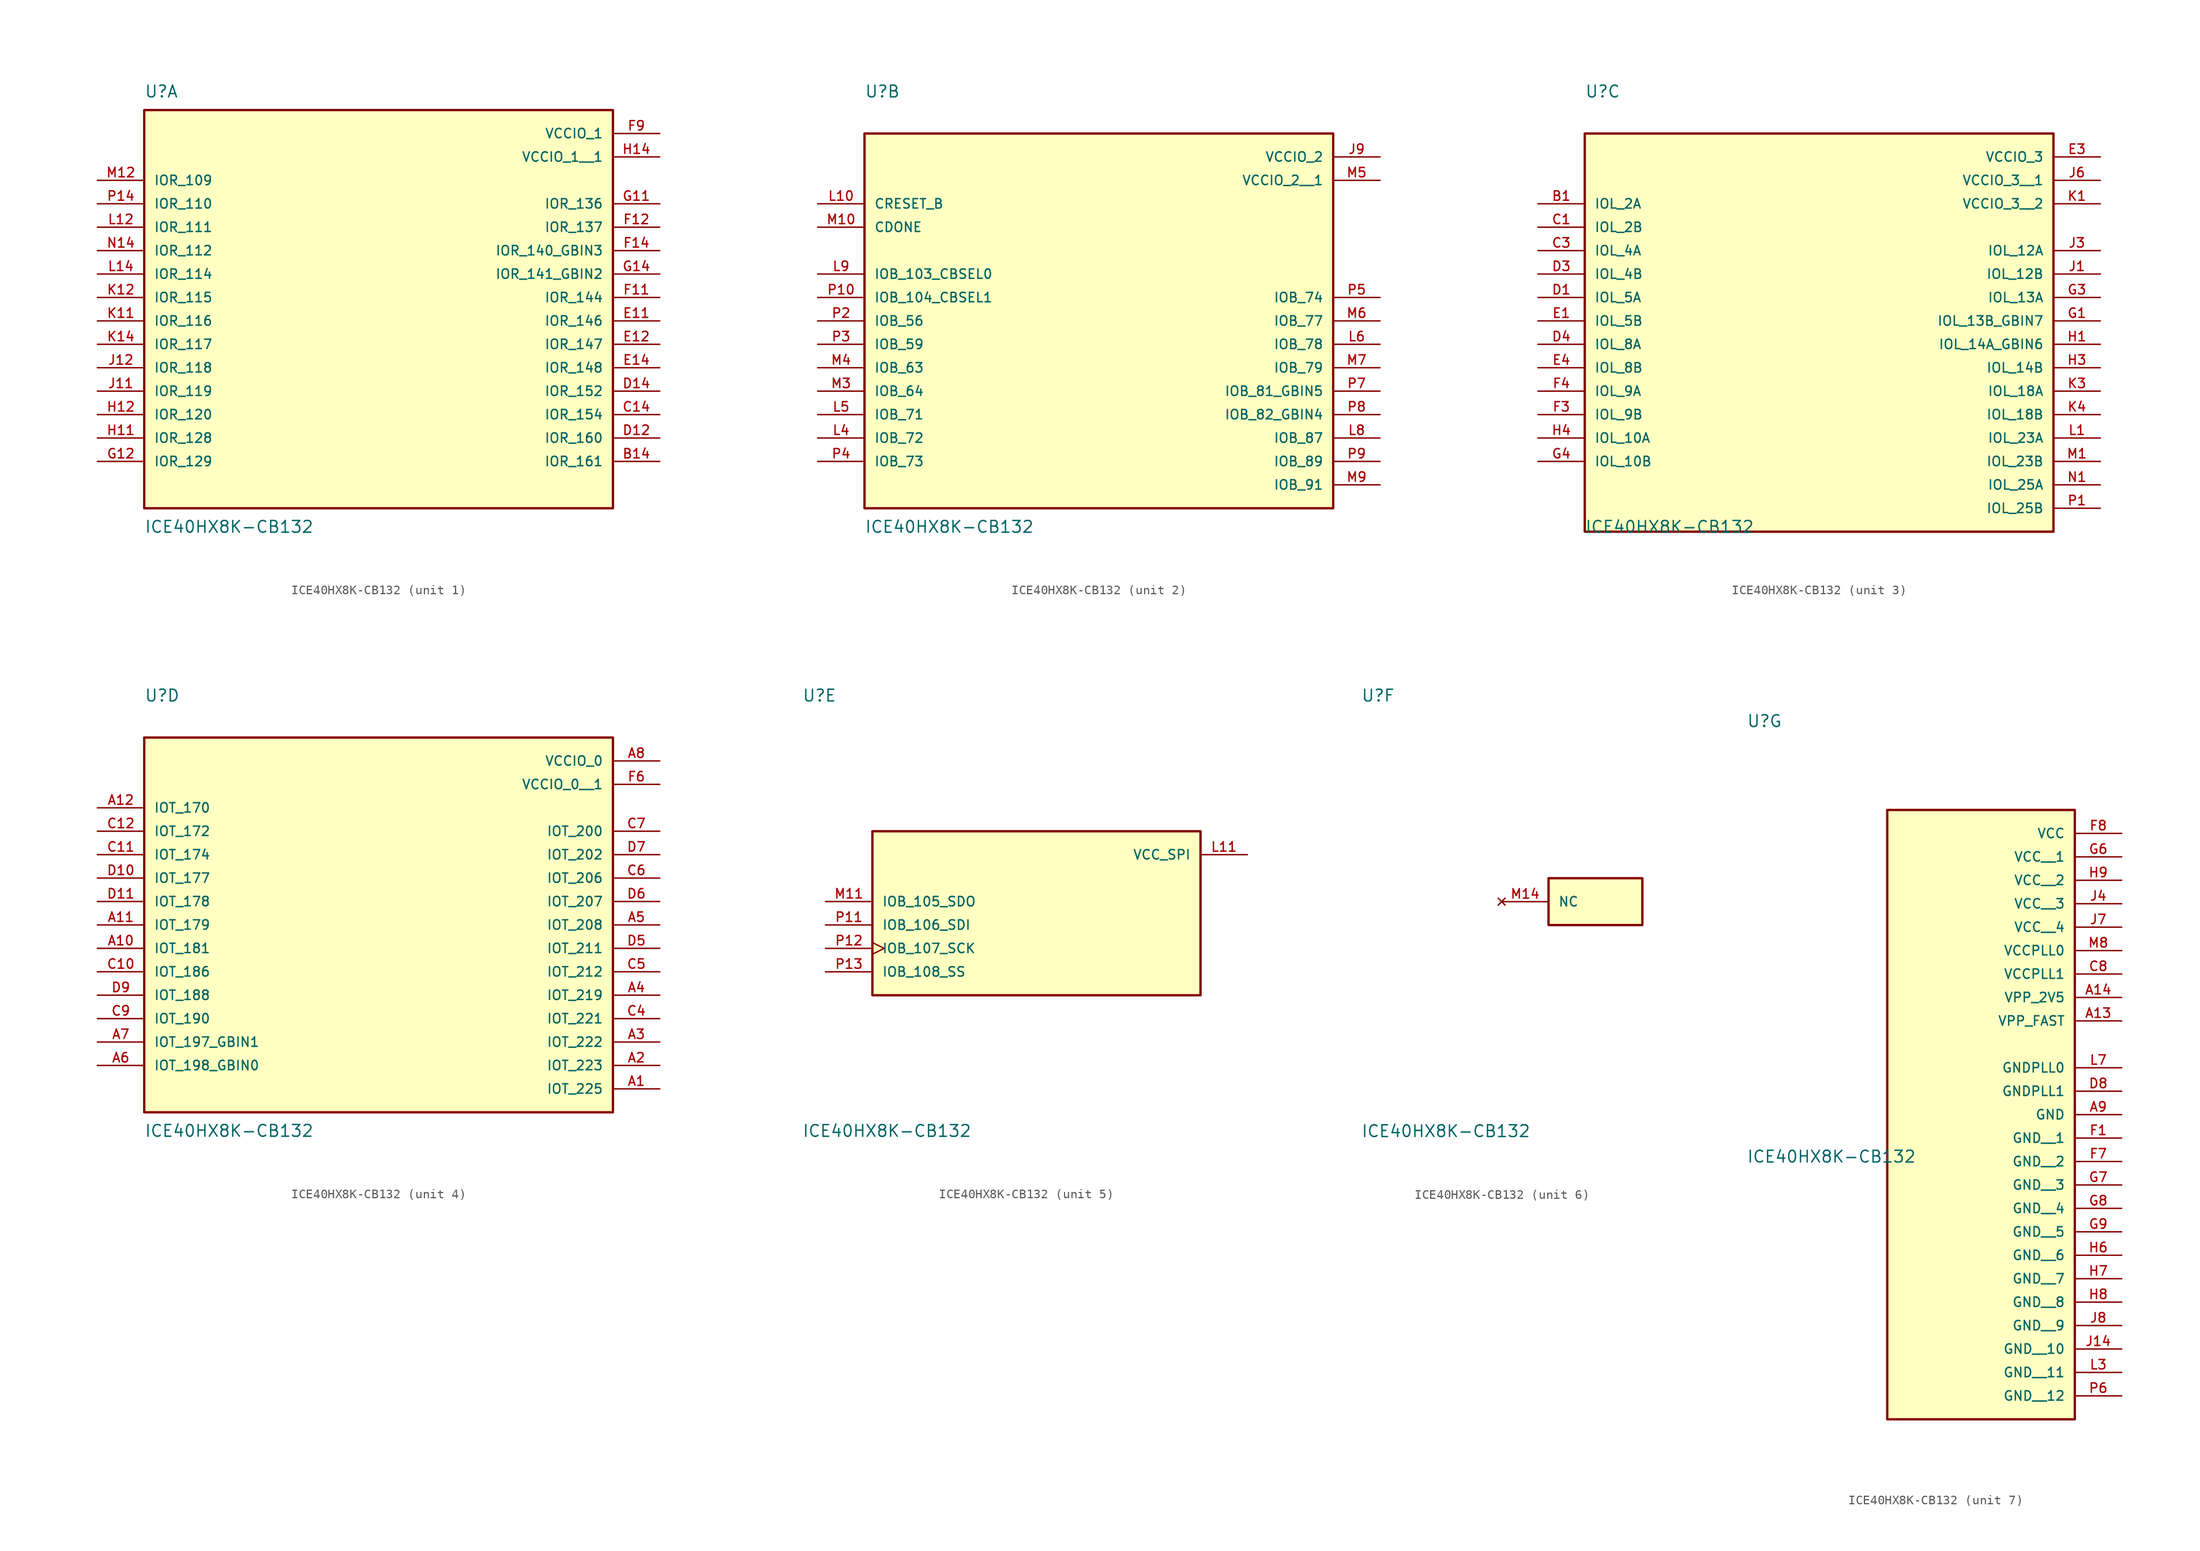
<source format=kicad_sym>
(kicad_symbol_lib
  (version 20231120)
  (generator "kicad_symbol_editor")
  (generator_version "8.0")
  (symbol "ICE40HX8K-CB132"
    (pin_names
      (offset 1.016))
    (property "Reference" "U"
      (at -25.4 21.59 0)
      (effects (font (size 1.27 1.27)) (justify left bottom)))
    (property "Value" "ICE40HX8K-CB132"
      (at -25.4 -24.13 0)
      (effects (font (size 1.27 1.27)) (justify left top)))
    (symbol "ICE40HX8K-CB132_1_0"
      (rectangle (start -25.4 -22.86) (end 25.4 20.32) (stroke (width 0.254) (type default)) (fill (type background)))
      (pin bidirectional line (at 30.48 -17.78 180) (length 5.08) (name "IOR_161" (effects (font (size 1.016 1.016)))) (number "B14" (effects (font (size 1.016 1.016)))))
      (pin bidirectional line (at 30.48 -12.7 180) (length 5.08) (name "IOR_154" (effects (font (size 1.016 1.016)))) (number "C14" (effects (font (size 1.016 1.016)))))
      (pin bidirectional line (at 30.48 -15.24 180) (length 5.08) (name "IOR_160" (effects (font (size 1.016 1.016)))) (number "D12" (effects (font (size 1.016 1.016)))))
      (pin bidirectional line (at 30.48 -10.16 180) (length 5.08) (name "IOR_152" (effects (font (size 1.016 1.016)))) (number "D14" (effects (font (size 1.016 1.016)))))
      (pin bidirectional line (at 30.48 -2.54 180) (length 5.08) (name "IOR_146" (effects (font (size 1.016 1.016)))) (number "E11" (effects (font (size 1.016 1.016)))))
      (pin bidirectional line (at 30.48 -5.08 180) (length 5.08) (name "IOR_147" (effects (font (size 1.016 1.016)))) (number "E12" (effects (font (size 1.016 1.016)))))
      (pin bidirectional line (at 30.48 -7.62 180) (length 5.08) (name "IOR_148" (effects (font (size 1.016 1.016)))) (number "E14" (effects (font (size 1.016 1.016)))))
      (pin bidirectional line (at 30.48 0 180) (length 5.08) (name "IOR_144" (effects (font (size 1.016 1.016)))) (number "F11" (effects (font (size 1.016 1.016)))))
      (pin bidirectional line (at 30.48 7.62 180) (length 5.08) (name "IOR_137" (effects (font (size 1.016 1.016)))) (number "F12" (effects (font (size 1.016 1.016)))))
      (pin input line (at 30.48 5.08 180) (length 5.08) (name "IOR_140_GBIN3" (effects (font (size 1.016 1.016)))) (number "F14" (effects (font (size 1.016 1.016)))))
      (pin power_in line (at 30.48 17.78 180) (length 5.08) (name "VCCIO_1" (effects (font (size 1.016 1.016)))) (number "F9" (effects (font (size 1.016 1.016)))))
      (pin bidirectional line (at 30.48 10.16 180) (length 5.08) (name "IOR_136" (effects (font (size 1.016 1.016)))) (number "G11" (effects (font (size 1.016 1.016)))))
      (pin bidirectional line (at -30.48 -17.78 0) (length 5.08) (name "IOR_129" (effects (font (size 1.016 1.016)))) (number "G12" (effects (font (size 1.016 1.016)))))
      (pin input line (at 30.48 2.54 180) (length 5.08) (name "IOR_141_GBIN2" (effects (font (size 1.016 1.016)))) (number "G14" (effects (font (size 1.016 1.016)))))
      (pin bidirectional line (at -30.48 -15.24 0) (length 5.08) (name "IOR_128" (effects (font (size 1.016 1.016)))) (number "H11" (effects (font (size 1.016 1.016)))))
      (pin bidirectional line (at -30.48 -12.7 0) (length 5.08) (name "IOR_120" (effects (font (size 1.016 1.016)))) (number "H12" (effects (font (size 1.016 1.016)))))
      (pin power_in line (at 30.48 15.24 180) (length 5.08) (name "VCCIO_1__1" (effects (font (size 1.016 1.016)))) (number "H14" (effects (font (size 1.016 1.016)))))
      (pin bidirectional line (at -30.48 -10.16 0) (length 5.08) (name "IOR_119" (effects (font (size 1.016 1.016)))) (number "J11" (effects (font (size 1.016 1.016)))))
      (pin bidirectional line (at -30.48 -7.62 0) (length 5.08) (name "IOR_118" (effects (font (size 1.016 1.016)))) (number "J12" (effects (font (size 1.016 1.016)))))
      (pin bidirectional line (at -30.48 -2.54 0) (length 5.08) (name "IOR_116" (effects (font (size 1.016 1.016)))) (number "K11" (effects (font (size 1.016 1.016)))))
      (pin bidirectional line (at -30.48 0 0) (length 5.08) (name "IOR_115" (effects (font (size 1.016 1.016)))) (number "K12" (effects (font (size 1.016 1.016)))))
      (pin bidirectional line (at -30.48 -5.08 0) (length 5.08) (name "IOR_117" (effects (font (size 1.016 1.016)))) (number "K14" (effects (font (size 1.016 1.016)))))
      (pin bidirectional line (at -30.48 7.62 0) (length 5.08) (name "IOR_111" (effects (font (size 1.016 1.016)))) (number "L12" (effects (font (size 1.016 1.016)))))
      (pin bidirectional line (at -30.48 2.54 0) (length 5.08) (name "IOR_114" (effects (font (size 1.016 1.016)))) (number "L14" (effects (font (size 1.016 1.016)))))
      (pin bidirectional line (at -30.48 12.7 0) (length 5.08) (name "IOR_109" (effects (font (size 1.016 1.016)))) (number "M12" (effects (font (size 1.016 1.016)))))
      (pin bidirectional line (at -30.48 5.08 0) (length 5.08) (name "IOR_112" (effects (font (size 1.016 1.016)))) (number "N14" (effects (font (size 1.016 1.016)))))
      (pin bidirectional line (at -30.48 10.16 0) (length 5.08) (name "IOR_110" (effects (font (size 1.016 1.016)))) (number "P14" (effects (font (size 1.016 1.016))))))
    (symbol "ICE40HX8K-CB132_2_0"
      (rectangle (start -25.4 -22.86) (end 25.4 17.78) (stroke (width 0.254) (type default)) (fill (type background)))
      (pin power_in line (at 30.48 15.24 180) (length 5.08) (name "VCCIO_2" (effects (font (size 1.016 1.016)))) (number "J9" (effects (font (size 1.016 1.016)))))
      (pin input line (at -30.48 10.16 0) (length 5.08) (name "CRESET_B" (effects (font (size 1.016 1.016)))) (number "L10" (effects (font (size 1.016 1.016)))))
      (pin bidirectional line (at -30.48 -15.24 0) (length 5.08) (name "IOB_72" (effects (font (size 1.016 1.016)))) (number "L4" (effects (font (size 1.016 1.016)))))
      (pin bidirectional line (at -30.48 -12.7 0) (length 5.08) (name "IOB_71" (effects (font (size 1.016 1.016)))) (number "L5" (effects (font (size 1.016 1.016)))))
      (pin bidirectional line (at 30.48 -5.08 180) (length 5.08) (name "IOB_78" (effects (font (size 1.016 1.016)))) (number "L6" (effects (font (size 1.016 1.016)))))
      (pin bidirectional line (at 30.48 -15.24 180) (length 5.08) (name "IOB_87" (effects (font (size 1.016 1.016)))) (number "L8" (effects (font (size 1.016 1.016)))))
      (pin bidirectional line (at -30.48 2.54 0) (length 5.08) (name "IOB_103_CBSEL0" (effects (font (size 1.016 1.016)))) (number "L9" (effects (font (size 1.016 1.016)))))
      (pin bidirectional line (at -30.48 7.62 0) (length 5.08) (name "CDONE" (effects (font (size 1.016 1.016)))) (number "M10" (effects (font (size 1.016 1.016)))))
      (pin bidirectional line (at -30.48 -10.16 0) (length 5.08) (name "IOB_64" (effects (font (size 1.016 1.016)))) (number "M3" (effects (font (size 1.016 1.016)))))
      (pin bidirectional line (at -30.48 -7.62 0) (length 5.08) (name "IOB_63" (effects (font (size 1.016 1.016)))) (number "M4" (effects (font (size 1.016 1.016)))))
      (pin power_in line (at 30.48 12.7 180) (length 5.08) (name "VCCIO_2__1" (effects (font (size 1.016 1.016)))) (number "M5" (effects (font (size 1.016 1.016)))))
      (pin bidirectional line (at 30.48 -2.54 180) (length 5.08) (name "IOB_77" (effects (font (size 1.016 1.016)))) (number "M6" (effects (font (size 1.016 1.016)))))
      (pin bidirectional line (at 30.48 -7.62 180) (length 5.08) (name "IOB_79" (effects (font (size 1.016 1.016)))) (number "M7" (effects (font (size 1.016 1.016)))))
      (pin bidirectional line (at 30.48 -20.32 180) (length 5.08) (name "IOB_91" (effects (font (size 1.016 1.016)))) (number "M9" (effects (font (size 1.016 1.016)))))
      (pin bidirectional line (at -30.48 0 0) (length 5.08) (name "IOB_104_CBSEL1" (effects (font (size 1.016 1.016)))) (number "P10" (effects (font (size 1.016 1.016)))))
      (pin bidirectional line (at -30.48 -2.54 0) (length 5.08) (name "IOB_56" (effects (font (size 1.016 1.016)))) (number "P2" (effects (font (size 1.016 1.016)))))
      (pin bidirectional line (at -30.48 -5.08 0) (length 5.08) (name "IOB_59" (effects (font (size 1.016 1.016)))) (number "P3" (effects (font (size 1.016 1.016)))))
      (pin bidirectional line (at -30.48 -17.78 0) (length 5.08) (name "IOB_73" (effects (font (size 1.016 1.016)))) (number "P4" (effects (font (size 1.016 1.016)))))
      (pin bidirectional line (at 30.48 0 180) (length 5.08) (name "IOB_74" (effects (font (size 1.016 1.016)))) (number "P5" (effects (font (size 1.016 1.016)))))
      (pin input line (at 30.48 -10.16 180) (length 5.08) (name "IOB_81_GBIN5" (effects (font (size 1.016 1.016)))) (number "P7" (effects (font (size 1.016 1.016)))))
      (pin input line (at 30.48 -12.7 180) (length 5.08) (name "IOB_82_GBIN4" (effects (font (size 1.016 1.016)))) (number "P8" (effects (font (size 1.016 1.016)))))
      (pin bidirectional line (at 30.48 -17.78 180) (length 5.08) (name "IOB_89" (effects (font (size 1.016 1.016)))) (number "P9" (effects (font (size 1.016 1.016))))))
    (symbol "ICE40HX8K-CB132_3_0"
      (rectangle (start -25.4 -25.4) (end 25.4 17.78) (stroke (width 0.254) (type default)) (fill (type background)))
      (pin bidirectional line (at -30.48 10.16 0) (length 5.08) (name "IOL_2A" (effects (font (size 1.016 1.016)))) (number "B1" (effects (font (size 1.016 1.016)))))
      (pin bidirectional line (at -30.48 7.62 0) (length 5.08) (name "IOL_2B" (effects (font (size 1.016 1.016)))) (number "C1" (effects (font (size 1.016 1.016)))))
      (pin bidirectional line (at -30.48 5.08 0) (length 5.08) (name "IOL_4A" (effects (font (size 1.016 1.016)))) (number "C3" (effects (font (size 1.016 1.016)))))
      (pin bidirectional line (at -30.48 0 0) (length 5.08) (name "IOL_5A" (effects (font (size 1.016 1.016)))) (number "D1" (effects (font (size 1.016 1.016)))))
      (pin bidirectional line (at -30.48 2.54 0) (length 5.08) (name "IOL_4B" (effects (font (size 1.016 1.016)))) (number "D3" (effects (font (size 1.016 1.016)))))
      (pin bidirectional line (at -30.48 -5.08 0) (length 5.08) (name "IOL_8A" (effects (font (size 1.016 1.016)))) (number "D4" (effects (font (size 1.016 1.016)))))
      (pin bidirectional line (at -30.48 -2.54 0) (length 5.08) (name "IOL_5B" (effects (font (size 1.016 1.016)))) (number "E1" (effects (font (size 1.016 1.016)))))
      (pin power_in line (at 30.48 15.24 180) (length 5.08) (name "VCCIO_3" (effects (font (size 1.016 1.016)))) (number "E3" (effects (font (size 1.016 1.016)))))
      (pin bidirectional line (at -30.48 -7.62 0) (length 5.08) (name "IOL_8B" (effects (font (size 1.016 1.016)))) (number "E4" (effects (font (size 1.016 1.016)))))
      (pin bidirectional line (at -30.48 -12.7 0) (length 5.08) (name "IOL_9B" (effects (font (size 1.016 1.016)))) (number "F3" (effects (font (size 1.016 1.016)))))
      (pin bidirectional line (at -30.48 -10.16 0) (length 5.08) (name "IOL_9A" (effects (font (size 1.016 1.016)))) (number "F4" (effects (font (size 1.016 1.016)))))
      (pin input line (at 30.48 -2.54 180) (length 5.08) (name "IOL_13B_GBIN7" (effects (font (size 1.016 1.016)))) (number "G1" (effects (font (size 1.016 1.016)))))
      (pin bidirectional line (at 30.48 0 180) (length 5.08) (name "IOL_13A" (effects (font (size 1.016 1.016)))) (number "G3" (effects (font (size 1.016 1.016)))))
      (pin bidirectional line (at -30.48 -17.78 0) (length 5.08) (name "IOL_10B" (effects (font (size 1.016 1.016)))) (number "G4" (effects (font (size 1.016 1.016)))))
      (pin input line (at 30.48 -5.08 180) (length 5.08) (name "IOL_14A_GBIN6" (effects (font (size 1.016 1.016)))) (number "H1" (effects (font (size 1.016 1.016)))))
      (pin bidirectional line (at 30.48 -7.62 180) (length 5.08) (name "IOL_14B" (effects (font (size 1.016 1.016)))) (number "H3" (effects (font (size 1.016 1.016)))))
      (pin bidirectional line (at -30.48 -15.24 0) (length 5.08) (name "IOL_10A" (effects (font (size 1.016 1.016)))) (number "H4" (effects (font (size 1.016 1.016)))))
      (pin bidirectional line (at 30.48 2.54 180) (length 5.08) (name "IOL_12B" (effects (font (size 1.016 1.016)))) (number "J1" (effects (font (size 1.016 1.016)))))
      (pin bidirectional line (at 30.48 5.08 180) (length 5.08) (name "IOL_12A" (effects (font (size 1.016 1.016)))) (number "J3" (effects (font (size 1.016 1.016)))))
      (pin power_in line (at 30.48 12.7 180) (length 5.08) (name "VCCIO_3__1" (effects (font (size 1.016 1.016)))) (number "J6" (effects (font (size 1.016 1.016)))))
      (pin power_in line (at 30.48 10.16 180) (length 5.08) (name "VCCIO_3__2" (effects (font (size 1.016 1.016)))) (number "K1" (effects (font (size 1.016 1.016)))))
      (pin bidirectional line (at 30.48 -10.16 180) (length 5.08) (name "IOL_18A" (effects (font (size 1.016 1.016)))) (number "K3" (effects (font (size 1.016 1.016)))))
      (pin bidirectional line (at 30.48 -12.7 180) (length 5.08) (name "IOL_18B" (effects (font (size 1.016 1.016)))) (number "K4" (effects (font (size 1.016 1.016)))))
      (pin bidirectional line (at 30.48 -15.24 180) (length 5.08) (name "IOL_23A" (effects (font (size 1.016 1.016)))) (number "L1" (effects (font (size 1.016 1.016)))))
      (pin bidirectional line (at 30.48 -17.78 180) (length 5.08) (name "IOL_23B" (effects (font (size 1.016 1.016)))) (number "M1" (effects (font (size 1.016 1.016)))))
      (pin bidirectional line (at 30.48 -20.32 180) (length 5.08) (name "IOL_25A" (effects (font (size 1.016 1.016)))) (number "N1" (effects (font (size 1.016 1.016)))))
      (pin bidirectional line (at 30.48 -22.86 180) (length 5.08) (name "IOL_25B" (effects (font (size 1.016 1.016)))) (number "P1" (effects (font (size 1.016 1.016))))))
    (symbol "ICE40HX8K-CB132_4_0"
      (rectangle (start -25.4 -22.86) (end 25.4 17.78) (stroke (width 0.254) (type default)) (fill (type background)))
      (pin bidirectional line (at 30.48 -20.32 180) (length 5.08) (name "IOT_225" (effects (font (size 1.016 1.016)))) (number "A1" (effects (font (size 1.016 1.016)))))
      (pin bidirectional line (at -30.48 -5.08 0) (length 5.08) (name "IOT_181" (effects (font (size 1.016 1.016)))) (number "A10" (effects (font (size 1.016 1.016)))))
      (pin bidirectional line (at -30.48 -2.54 0) (length 5.08) (name "IOT_179" (effects (font (size 1.016 1.016)))) (number "A11" (effects (font (size 1.016 1.016)))))
      (pin bidirectional line (at -30.48 10.16 0) (length 5.08) (name "IOT_170" (effects (font (size 1.016 1.016)))) (number "A12" (effects (font (size 1.016 1.016)))))
      (pin bidirectional line (at 30.48 -17.78 180) (length 5.08) (name "IOT_223" (effects (font (size 1.016 1.016)))) (number "A2" (effects (font (size 1.016 1.016)))))
      (pin bidirectional line (at 30.48 -15.24 180) (length 5.08) (name "IOT_222" (effects (font (size 1.016 1.016)))) (number "A3" (effects (font (size 1.016 1.016)))))
      (pin bidirectional line (at 30.48 -10.16 180) (length 5.08) (name "IOT_219" (effects (font (size 1.016 1.016)))) (number "A4" (effects (font (size 1.016 1.016)))))
      (pin bidirectional line (at 30.48 -2.54 180) (length 5.08) (name "IOT_208" (effects (font (size 1.016 1.016)))) (number "A5" (effects (font (size 1.016 1.016)))))
      (pin input line (at -30.48 -17.78 0) (length 5.08) (name "IOT_198_GBIN0" (effects (font (size 1.016 1.016)))) (number "A6" (effects (font (size 1.016 1.016)))))
      (pin input line (at -30.48 -15.24 0) (length 5.08) (name "IOT_197_GBIN1" (effects (font (size 1.016 1.016)))) (number "A7" (effects (font (size 1.016 1.016)))))
      (pin power_in line (at 30.48 15.24 180) (length 5.08) (name "VCCIO_0" (effects (font (size 1.016 1.016)))) (number "A8" (effects (font (size 1.016 1.016)))))
      (pin bidirectional line (at -30.48 -7.62 0) (length 5.08) (name "IOT_186" (effects (font (size 1.016 1.016)))) (number "C10" (effects (font (size 1.016 1.016)))))
      (pin bidirectional line (at -30.48 5.08 0) (length 5.08) (name "IOT_174" (effects (font (size 1.016 1.016)))) (number "C11" (effects (font (size 1.016 1.016)))))
      (pin bidirectional line (at -30.48 7.62 0) (length 5.08) (name "IOT_172" (effects (font (size 1.016 1.016)))) (number "C12" (effects (font (size 1.016 1.016)))))
      (pin bidirectional line (at 30.48 -12.7 180) (length 5.08) (name "IOT_221" (effects (font (size 1.016 1.016)))) (number "C4" (effects (font (size 1.016 1.016)))))
      (pin bidirectional line (at 30.48 -7.62 180) (length 5.08) (name "IOT_212" (effects (font (size 1.016 1.016)))) (number "C5" (effects (font (size 1.016 1.016)))))
      (pin bidirectional line (at 30.48 2.54 180) (length 5.08) (name "IOT_206" (effects (font (size 1.016 1.016)))) (number "C6" (effects (font (size 1.016 1.016)))))
      (pin bidirectional line (at 30.48 7.62 180) (length 5.08) (name "IOT_200" (effects (font (size 1.016 1.016)))) (number "C7" (effects (font (size 1.016 1.016)))))
      (pin bidirectional line (at -30.48 -12.7 0) (length 5.08) (name "IOT_190" (effects (font (size 1.016 1.016)))) (number "C9" (effects (font (size 1.016 1.016)))))
      (pin bidirectional line (at -30.48 2.54 0) (length 5.08) (name "IOT_177" (effects (font (size 1.016 1.016)))) (number "D10" (effects (font (size 1.016 1.016)))))
      (pin bidirectional line (at -30.48 0 0) (length 5.08) (name "IOT_178" (effects (font (size 1.016 1.016)))) (number "D11" (effects (font (size 1.016 1.016)))))
      (pin bidirectional line (at 30.48 -5.08 180) (length 5.08) (name "IOT_211" (effects (font (size 1.016 1.016)))) (number "D5" (effects (font (size 1.016 1.016)))))
      (pin bidirectional line (at 30.48 0 180) (length 5.08) (name "IOT_207" (effects (font (size 1.016 1.016)))) (number "D6" (effects (font (size 1.016 1.016)))))
      (pin bidirectional line (at 30.48 5.08 180) (length 5.08) (name "IOT_202" (effects (font (size 1.016 1.016)))) (number "D7" (effects (font (size 1.016 1.016)))))
      (pin bidirectional line (at -30.48 -10.16 0) (length 5.08) (name "IOT_188" (effects (font (size 1.016 1.016)))) (number "D9" (effects (font (size 1.016 1.016)))))
      (pin power_in line (at 30.48 12.7 180) (length 5.08) (name "VCCIO_0__1" (effects (font (size 1.016 1.016)))) (number "F6" (effects (font (size 1.016 1.016))))))
    (symbol "ICE40HX8K-CB132_5_0"
      (rectangle (start -17.78 -10.16) (end 17.78 7.62) (stroke (width 0.254) (type default)) (fill (type background)))
      (pin power_in line (at 22.86 5.08 180) (length 5.08) (name "VCC_SPI" (effects (font (size 1.016 1.016)))) (number "L11" (effects (font (size 1.016 1.016)))))
      (pin bidirectional line (at -22.86 0 0) (length 5.08) (name "IOB_105_SDO" (effects (font (size 1.016 1.016)))) (number "M11" (effects (font (size 1.016 1.016)))))
      (pin bidirectional line (at -22.86 -2.54 0) (length 5.08) (name "IOB_106_SDI" (effects (font (size 1.016 1.016)))) (number "P11" (effects (font (size 1.016 1.016)))))
      (pin bidirectional clock (at -22.86 -5.08 0) (length 5.08) (name "IOB_107_SCK" (effects (font (size 1.016 1.016)))) (number "P12" (effects (font (size 1.016 1.016)))))
      (pin bidirectional line (at -22.86 -7.62 0) (length 5.08) (name "IOB_108_SS" (effects (font (size 1.016 1.016)))) (number "P13" (effects (font (size 1.016 1.016))))))
    (symbol "ICE40HX8K-CB132_6_0"
      (rectangle (start -5.08 -2.54) (end 5.08 2.54) (stroke (width 0.254) (type default)) (fill (type background)))
      (pin no_connect line (at -10.16 0 0) (length 5.08) (name "NC" (effects (font (size 1.016 1.016)))) (number "M14" (effects (font (size 1.016 1.016))))))
    (symbol "ICE40HX8K-CB132_7_0"
      (rectangle (start -10.16 -53.34) (end 10.16 12.7) (stroke (width 0.254) (type default)) (fill (type background)))
      (pin power_in line (at 15.24 -10.16 180) (length 5.08) (name "VPP_FAST" (effects (font (size 1.016 1.016)))) (number "A13" (effects (font (size 1.016 1.016)))))
      (pin power_in line (at 15.24 -7.62 180) (length 5.08) (name "VPP_2V5" (effects (font (size 1.016 1.016)))) (number "A14" (effects (font (size 1.016 1.016)))))
      (pin power_in line (at 15.24 -20.32 180) (length 5.08) (name "GND" (effects (font (size 1.016 1.016)))) (number "A9" (effects (font (size 1.016 1.016)))))
      (pin power_in line (at 15.24 -5.08 180) (length 5.08) (name "VCCPLL1" (effects (font (size 1.016 1.016)))) (number "C8" (effects (font (size 1.016 1.016)))))
      (pin power_in line (at 15.24 -17.78 180) (length 5.08) (name "GNDPLL1" (effects (font (size 1.016 1.016)))) (number "D8" (effects (font (size 1.016 1.016)))))
      (pin power_in line (at 15.24 -22.86 180) (length 5.08) (name "GND__1" (effects (font (size 1.016 1.016)))) (number "F1" (effects (font (size 1.016 1.016)))))
      (pin power_in line (at 15.24 -25.4 180) (length 5.08) (name "GND__2" (effects (font (size 1.016 1.016)))) (number "F7" (effects (font (size 1.016 1.016)))))
      (pin power_in line (at 15.24 10.16 180) (length 5.08) (name "VCC" (effects (font (size 1.016 1.016)))) (number "F8" (effects (font (size 1.016 1.016)))))
      (pin power_in line (at 15.24 7.62 180) (length 5.08) (name "VCC__1" (effects (font (size 1.016 1.016)))) (number "G6" (effects (font (size 1.016 1.016)))))
      (pin power_in line (at 15.24 -27.94 180) (length 5.08) (name "GND__3" (effects (font (size 1.016 1.016)))) (number "G7" (effects (font (size 1.016 1.016)))))
      (pin power_in line (at 15.24 -30.48 180) (length 5.08) (name "GND__4" (effects (font (size 1.016 1.016)))) (number "G8" (effects (font (size 1.016 1.016)))))
      (pin power_in line (at 15.24 -33.02 180) (length 5.08) (name "GND__5" (effects (font (size 1.016 1.016)))) (number "G9" (effects (font (size 1.016 1.016)))))
      (pin power_in line (at 15.24 -35.56 180) (length 5.08) (name "GND__6" (effects (font (size 1.016 1.016)))) (number "H6" (effects (font (size 1.016 1.016)))))
      (pin power_in line (at 15.24 -38.1 180) (length 5.08) (name "GND__7" (effects (font (size 1.016 1.016)))) (number "H7" (effects (font (size 1.016 1.016)))))
      (pin power_in line (at 15.24 -40.64 180) (length 5.08) (name "GND__8" (effects (font (size 1.016 1.016)))) (number "H8" (effects (font (size 1.016 1.016)))))
      (pin power_in line (at 15.24 5.08 180) (length 5.08) (name "VCC__2" (effects (font (size 1.016 1.016)))) (number "H9" (effects (font (size 1.016 1.016)))))
      (pin power_in line (at 15.24 -45.72 180) (length 5.08) (name "GND__10" (effects (font (size 1.016 1.016)))) (number "J14" (effects (font (size 1.016 1.016)))))
      (pin power_in line (at 15.24 2.54 180) (length 5.08) (name "VCC__3" (effects (font (size 1.016 1.016)))) (number "J4" (effects (font (size 1.016 1.016)))))
      (pin power_in line (at 15.24 0 180) (length 5.08) (name "VCC__4" (effects (font (size 1.016 1.016)))) (number "J7" (effects (font (size 1.016 1.016)))))
      (pin power_in line (at 15.24 -43.18 180) (length 5.08) (name "GND__9" (effects (font (size 1.016 1.016)))) (number "J8" (effects (font (size 1.016 1.016)))))
      (pin power_in line (at 15.24 -48.26 180) (length 5.08) (name "GND__11" (effects (font (size 1.016 1.016)))) (number "L3" (effects (font (size 1.016 1.016)))))
      (pin power_in line (at 15.24 -15.24 180) (length 5.08) (name "GNDPLL0" (effects (font (size 1.016 1.016)))) (number "L7" (effects (font (size 1.016 1.016)))))
      (pin power_in line (at 15.24 -2.54 180) (length 5.08) (name "VCCPLL0" (effects (font (size 1.016 1.016)))) (number "M8" (effects (font (size 1.016 1.016)))))
      (pin power_in line (at 15.24 -50.8 180) (length 5.08) (name "GND__12" (effects (font (size 1.016 1.016)))) (number "P6" (effects (font (size 1.016 1.016))))))))
</source>
